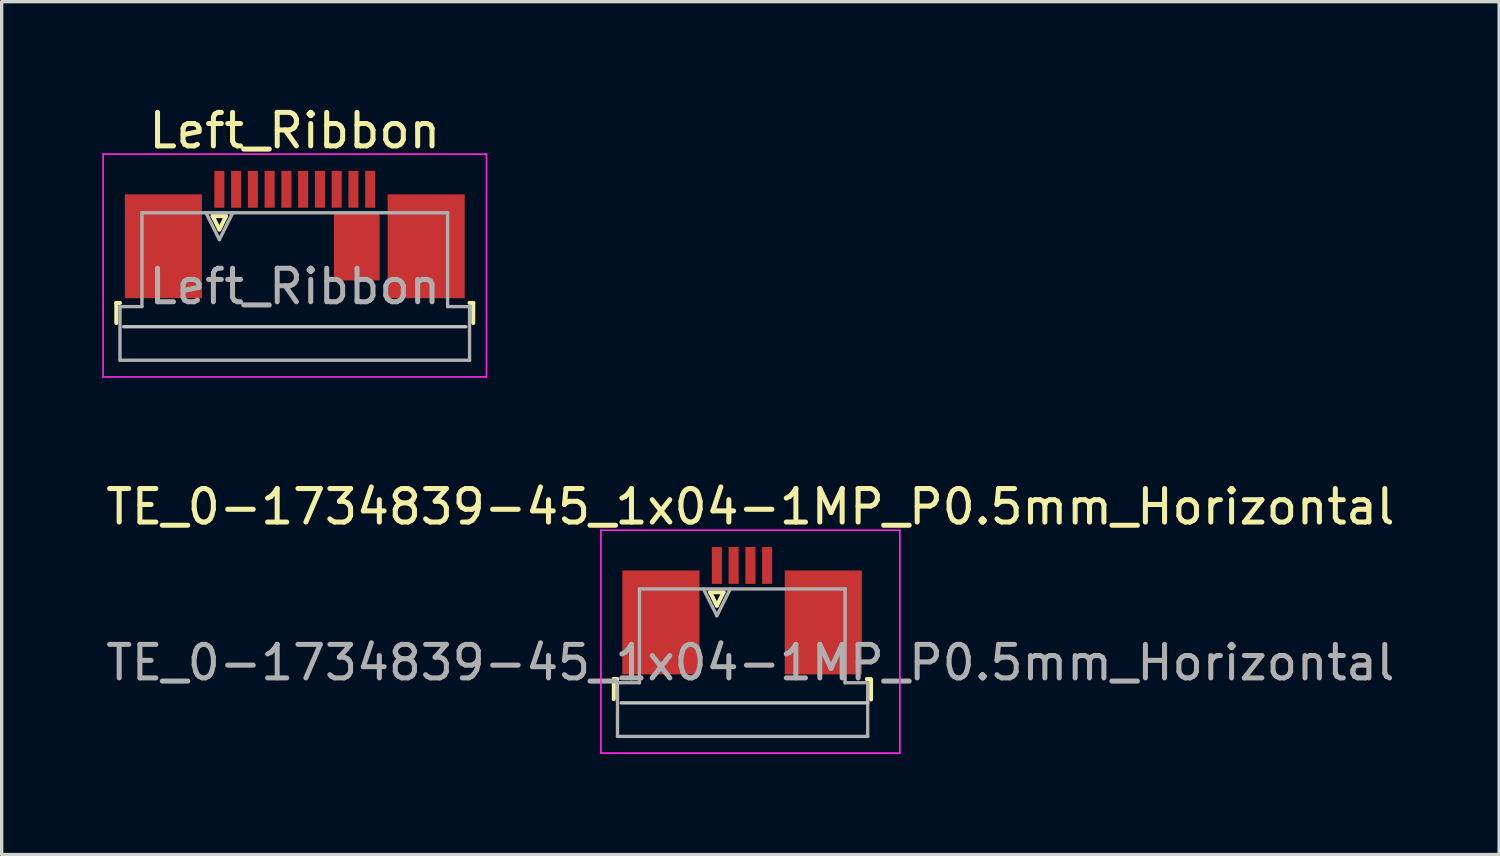
<source format=kicad_pcb>
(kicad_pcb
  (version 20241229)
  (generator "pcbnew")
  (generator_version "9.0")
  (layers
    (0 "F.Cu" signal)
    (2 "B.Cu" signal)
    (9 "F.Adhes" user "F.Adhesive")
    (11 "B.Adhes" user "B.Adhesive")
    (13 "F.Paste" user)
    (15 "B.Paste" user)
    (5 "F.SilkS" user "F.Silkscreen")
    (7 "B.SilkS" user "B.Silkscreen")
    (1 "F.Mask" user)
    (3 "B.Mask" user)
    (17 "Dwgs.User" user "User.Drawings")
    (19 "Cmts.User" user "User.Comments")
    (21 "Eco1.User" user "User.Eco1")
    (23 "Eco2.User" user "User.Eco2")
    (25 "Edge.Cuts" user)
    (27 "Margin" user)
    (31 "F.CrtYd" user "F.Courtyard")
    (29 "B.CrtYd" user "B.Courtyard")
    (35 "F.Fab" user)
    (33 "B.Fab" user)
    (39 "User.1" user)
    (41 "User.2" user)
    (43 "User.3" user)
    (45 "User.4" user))
  (footprint "TE_0-1734839-45_1x04-1MP_P0.5mm_Horizontal"
    (layer "F.Cu")
    (at 19.339 15.171)
    (property "Reference" "TE_0-1734839-45_1x04-1MP_P0.5mm_Horizontal" (at 0 -3.1 0) (layer "F.SilkS") (effects (font (size 1 1) (thickness 0.15))))
    (attr smd)
    (fp_line (start -4.075 2.04) (end -4.075 2.64) (stroke (width 0.12) (type solid)) (layer "F.SilkS"))
    (fp_line (start -3.965 2.04) (end -4.075 2.04) (stroke (width 0.12) (type solid)) (layer "F.SilkS"))
    (fp_line (start -1.2 -0.55) (end -1 -0.15) (stroke (width 0.12) (type solid)) (layer "F.SilkS"))
    (fp_line (start -1 -0.15) (end -0.8 -0.55) (stroke (width 0.12) (type solid)) (layer "F.SilkS"))
    (fp_line (start -0.8 -0.55) (end -1.2 -0.55) (stroke (width 0.12) (type solid)) (layer "F.SilkS"))
    (fp_line (start 3.475 2.04) (end 3.585 2.04) (stroke (width 0.12) (type solid)) (layer "F.SilkS"))
    (fp_line (start 3.6 2.05) (end 3.6 2.65) (stroke (width 0.12) (type solid)) (layer "F.SilkS"))
    (fp_line (start 3.5 2.75) (end -3.855 2.75) (stroke (width 0.1) (type solid)) (layer "Dwgs.User"))
    (fp_line (start -4.46 -2.4) (end -4.46 4.25) (stroke (width 0.05) (type solid)) (layer "F.CrtYd"))
    (fp_line (start -4.46 4.25) (end 4.46 4.25) (stroke (width 0.05) (type solid)) (layer "F.CrtYd"))
    (fp_line (start 4.46 -2.4) (end -4.46 -2.4) (stroke (width 0.05) (type solid)) (layer "F.CrtYd"))
    (fp_line (start 4.46 4.25) (end 4.46 -2.4) (stroke (width 0.05) (type solid)) (layer "F.CrtYd"))
    (fp_line (start -3.965 2.15) (end -3.31 2.15) (stroke (width 0.1) (type solid)) (layer "F.Fab"))
    (fp_line (start -3.965 3.75) (end -3.965 2.15) (stroke (width 0.1) (type solid)) (layer "F.Fab"))
    (fp_line (start -3.31 -0.65) (end 2.825 -0.65) (stroke (width 0.1) (type solid)) (layer "F.Fab"))
    (fp_line (start -3.31 2.15) (end -3.31 -0.65) (stroke (width 0.1) (type solid)) (layer "F.Fab"))
    (fp_line (start -1.4 -0.65) (end -1 0.15) (stroke (width 0.1) (type solid)) (layer "F.Fab"))
    (fp_line (start -1 0.15) (end -0.6 -0.65) (stroke (width 0.1) (type solid)) (layer "F.Fab"))
    (fp_line (start 2.825 -0.65) (end 2.825 2.15) (stroke (width 0.1) (type solid)) (layer "F.Fab"))
    (fp_line (start 2.825 2.15) (end 3.48 2.15) (stroke (width 0.1) (type solid)) (layer "F.Fab"))
    (fp_line (start 3.5 2.15) (end 3.5 3.75) (stroke (width 0.1) (type solid)) (layer "F.Fab"))
    (fp_line (start 3.5 3.75) (end -3.965 3.75) (stroke (width 0.1) (type solid)) (layer "F.Fab"))
    (fp_text user "${REFERENCE}" (at 0 1.55 0) (layer "F.Fab") (effects (font (size 1 1) (thickness 0.15))))
    (pad "1" smd rect (at -1 -1.35) (size 0.3 1.1) (layers "F.Cu" "F.Mask" "F.Paste"))
    (pad "2" smd rect (at -0.5 -1.35) (size 0.3 1.1) (layers "F.Cu" "F.Mask" "F.Paste"))
    (pad "3" smd rect (at 0 -1.35) (size 0.3 1.1) (layers "F.Cu" "F.Mask" "F.Paste"))
    (pad "4" smd rect (at 0.5 -1.35) (size 0.3 1.1) (layers "F.Cu" "F.Mask" "F.Paste"))
    (pad "MP" smd rect (at -2.67 0.35) (size 2.3 3.1) (layers "F.Cu" "F.Mask" "F.Paste"))
    (pad "MP" smd rect (at 2.175 0.35) (size 2.3 3.1) (layers "F.Cu" "F.Mask" "F.Paste")))
  (footprint "Left_Ribbon"
    (layer "F.Cu")
    (at 5.745 3.948)
    (property "Reference" "Left_Ribbon" (at 0 -3.1 0) (layer "F.SilkS") (effects (font (size 1 1) (thickness 0.15))))
    (attr smd)
    (fp_line (start -5.325 2.04) (end -5.325 2.64) (stroke (width 0.12) (type solid)) (layer "F.SilkS"))
    (fp_line (start -5.215 2.04) (end -5.325 2.04) (stroke (width 0.12) (type solid)) (layer "F.SilkS"))
    (fp_line (start -2.45 -0.55) (end -2.25 -0.15) (stroke (width 0.12) (type solid)) (layer "F.SilkS"))
    (fp_line (start -2.25 -0.15) (end -2.05 -0.55) (stroke (width 0.12) (type solid)) (layer "F.SilkS"))
    (fp_line (start -2.05 -0.55) (end -2.45 -0.55) (stroke (width 0.12) (type solid)) (layer "F.SilkS"))
    (fp_line (start 5.215 2.04) (end 5.325 2.04) (stroke (width 0.12) (type solid)) (layer "F.SilkS"))
    (fp_line (start 5.325 2.04) (end 5.325 2.64) (stroke (width 0.12) (type solid)) (layer "F.SilkS"))
    (fp_line (start 5.105 2.75) (end -5.105 2.75) (stroke (width 0.1) (type solid)) (layer "Dwgs.User"))
    (fp_line (start -5.72 -2.4) (end -5.72 4.25) (stroke (width 0.05) (type solid)) (layer "F.CrtYd"))
    (fp_line (start -5.72 4.25) (end 5.72 4.25) (stroke (width 0.05) (type solid)) (layer "F.CrtYd"))
    (fp_line (start 5.72 -2.4) (end -5.72 -2.4) (stroke (width 0.05) (type solid)) (layer "F.CrtYd"))
    (fp_line (start 5.72 4.25) (end 5.72 -2.4) (stroke (width 0.05) (type solid)) (layer "F.CrtYd"))
    (fp_line (start -5.215 2.15) (end -4.56 2.15) (stroke (width 0.1) (type solid)) (layer "F.Fab"))
    (fp_line (start -5.215 3.75) (end -5.215 2.15) (stroke (width 0.1) (type solid)) (layer "F.Fab"))
    (fp_line (start -4.56 -0.65) (end 4.56 -0.65) (stroke (width 0.1) (type solid)) (layer "F.Fab"))
    (fp_line (start -4.56 2.15) (end -4.56 -0.65) (stroke (width 0.1) (type solid)) (layer "F.Fab"))
    (fp_line (start -2.65 -0.65) (end -2.25 0.15) (stroke (width 0.1) (type solid)) (layer "F.Fab"))
    (fp_line (start -2.25 0.15) (end -1.85 -0.65) (stroke (width 0.1) (type solid)) (layer "F.Fab"))
    (fp_line (start 4.56 -0.65) (end 4.56 2.15) (stroke (width 0.1) (type solid)) (layer "F.Fab"))
    (fp_line (start 4.56 2.15) (end 5.215 2.15) (stroke (width 0.1) (type solid)) (layer "F.Fab"))
    (fp_line (start 5.215 2.15) (end 5.215 3.75) (stroke (width 0.1) (type solid)) (layer "F.Fab"))
    (fp_line (start 5.215 3.75) (end -5.215 3.75) (stroke (width 0.1) (type solid)) (layer "F.Fab"))
    (fp_text user "${REFERENCE}" (at 0 1.55 0) (layer "F.Fab") (effects (font (size 1 1) (thickness 0.15))))
    (pad "1" smd rect (at -2.25 -1.35) (size 0.3 1.1) (layers "F.Cu" "F.Mask" "F.Paste"))
    (pad "2" smd rect (at -1.75 -1.35) (size 0.3 1.1) (layers "F.Cu" "F.Mask" "F.Paste"))
    (pad "3" smd rect (at -1.25 -1.35) (size 0.3 1.1) (layers "F.Cu" "F.Mask" "F.Paste"))
    (pad "4" smd rect (at -0.75 -1.35) (size 0.3 1.1) (layers "F.Cu" "F.Mask" "F.Paste"))
    (pad "5" smd rect (at -0.25 -1.35) (size 0.3 1.1) (layers "F.Cu" "F.Mask" "F.Paste"))
    (pad "6" smd rect (at 0.25 -1.35) (size 0.3 1.1) (layers "F.Cu" "F.Mask" "F.Paste"))
    (pad "7" smd rect (at 0.75 -1.35) (size 0.3 1.1) (layers "F.Cu" "F.Mask" "F.Paste"))
    (pad "8" smd rect (at 1.25 -1.35) (size 0.3 1.1) (layers "F.Cu" "F.Mask" "F.Paste"))
    (pad "9" smd rect (at 1.75 -1.35) (size 0.3 1.1) (layers "F.Cu" "F.Mask" "F.Paste"))
    (pad "10" smd rect (at 2.25 -1.35) (size 0.3 1.1) (layers "F.Cu" "F.Mask" "F.Paste"))
    (pad "MP" smd rect (at -3.92 0.35) (size 2.3 3.1) (layers "F.Cu" "F.Mask" "F.Paste"))
    (pad "MP" smd rect (at 1.85 0.375) (size 1.363 1.988) (layers "F.Cu" "F.Mask" "F.Paste"))
    (pad "MP" smd rect (at 3.92 0.35) (size 2.3 3.1) (layers "F.Cu" "F.Mask" "F.Paste")))
  (gr_rect
    (start -3 -3)
    (end 41.679 22.447)
    (stroke (width 0.1) (type default))
    (fill no)
    (layer "Edge.Cuts")))
</source>
